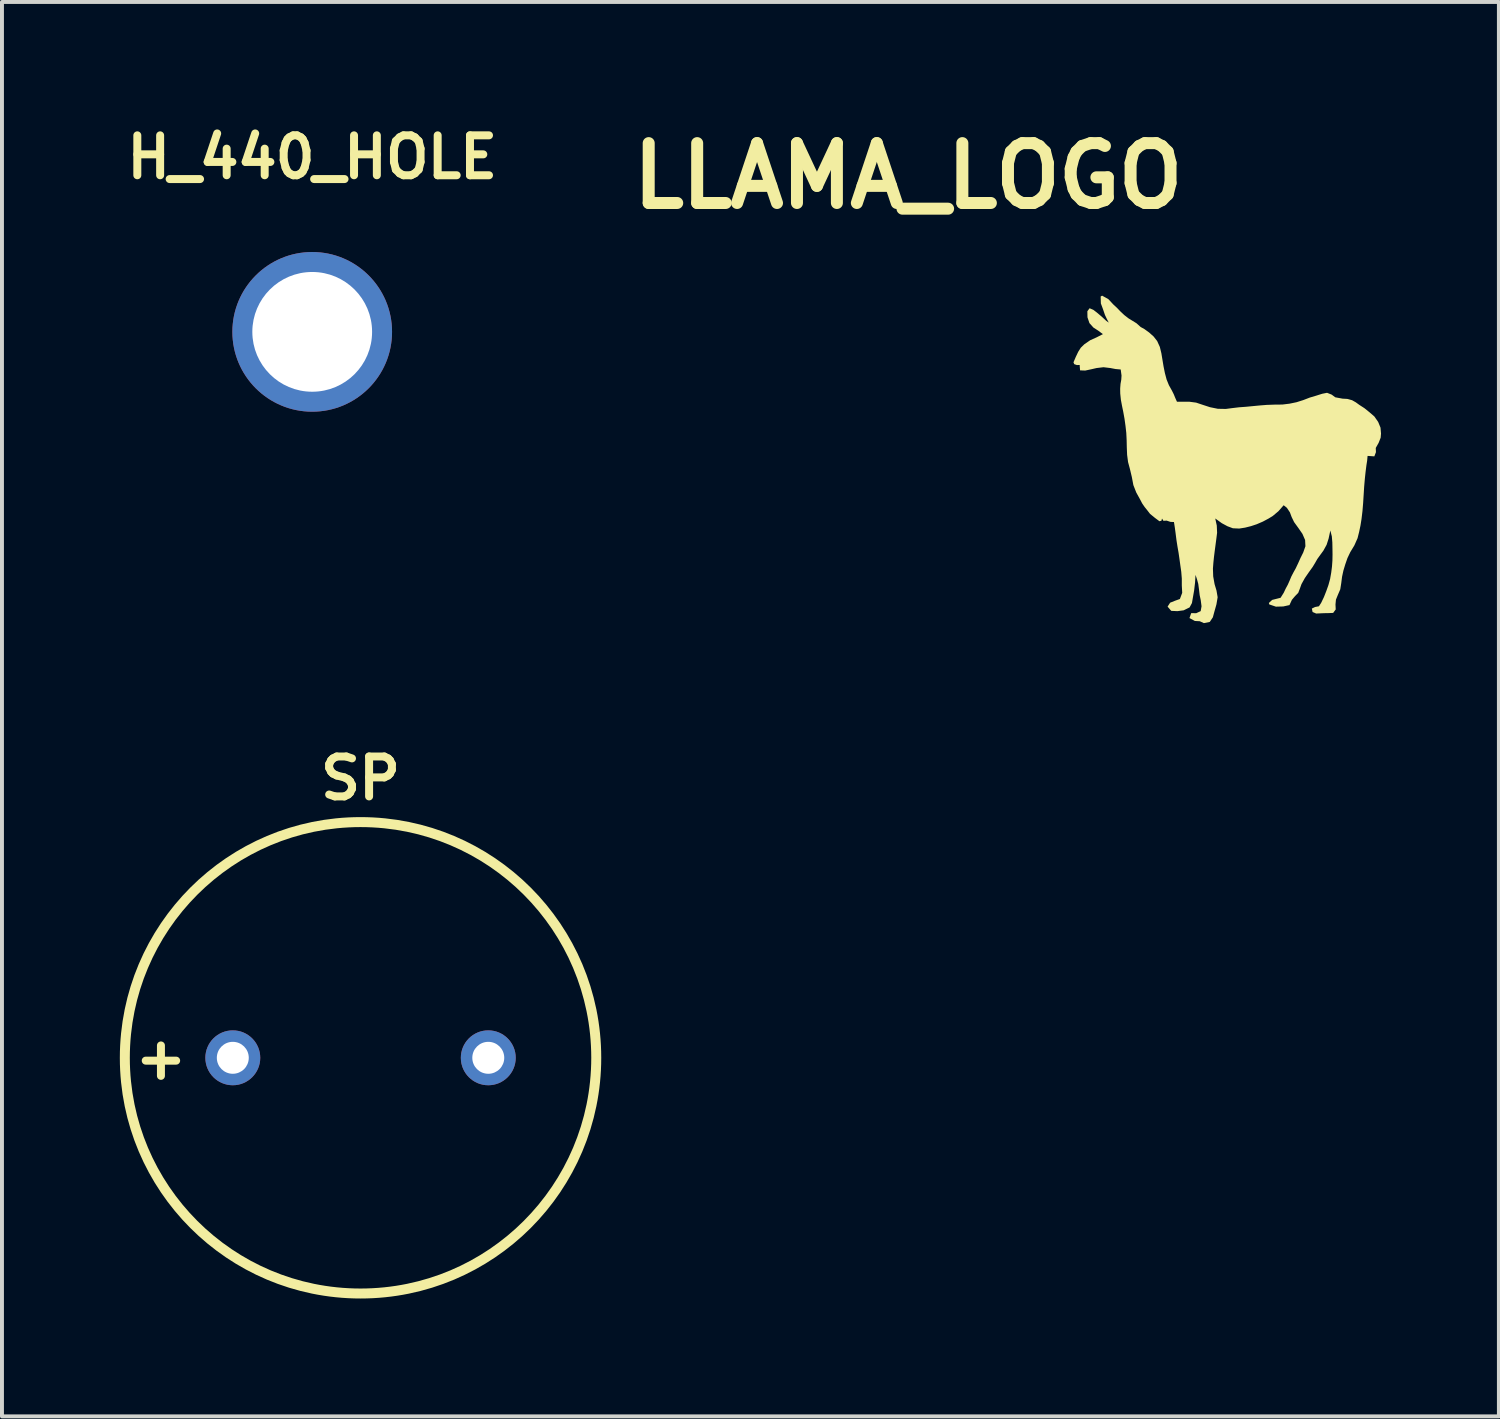
<source format=kicad_pcb>
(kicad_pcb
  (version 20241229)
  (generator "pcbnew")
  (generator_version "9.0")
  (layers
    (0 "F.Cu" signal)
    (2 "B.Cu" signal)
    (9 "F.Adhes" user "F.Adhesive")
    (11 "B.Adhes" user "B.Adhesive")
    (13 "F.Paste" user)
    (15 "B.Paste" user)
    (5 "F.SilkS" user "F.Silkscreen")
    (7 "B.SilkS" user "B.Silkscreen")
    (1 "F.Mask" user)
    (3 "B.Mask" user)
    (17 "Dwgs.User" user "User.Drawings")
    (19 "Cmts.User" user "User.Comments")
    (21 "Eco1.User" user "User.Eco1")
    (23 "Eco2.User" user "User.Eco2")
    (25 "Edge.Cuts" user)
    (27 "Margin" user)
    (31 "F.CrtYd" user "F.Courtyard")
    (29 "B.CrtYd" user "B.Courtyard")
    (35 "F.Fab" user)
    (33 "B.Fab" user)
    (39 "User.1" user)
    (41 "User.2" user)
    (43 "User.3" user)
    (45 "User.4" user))
  (footprint "LLAMA_LOGO"
    (layer "F.Cu")
    (at 20.064 2.475)
    (property "Reference" "LLAMA_LOGO" (at 0 -1.048 0) (layer "F.SilkS") (effects (font (size 1.524 1.524) (thickness 0.305))))
    (attr exclude_from_pos_files exclude_from_bom)
    (fp_poly (pts (xy 12.034 5.51) (xy 12.021 5.359) (xy 11.961 5.213) (xy 11.864 5.074) (xy 11.734 4.962) (xy 11.611 4.863) (xy 11.481 4.779) (xy 11.393 4.715) (xy 11.298 4.661) (xy 11.18 4.628) (xy 11.055 4.621) (xy 10.871 4.587) (xy 10.777 4.518) (xy 10.66 4.472) (xy 10.536 4.497) (xy 10.378 4.547) (xy 10.22 4.594) (xy 10.054 4.658) (xy 9.883 4.712) (xy 9.705 4.749) (xy 9.523 4.771) (xy 9.325 4.773) (xy 9.126 4.78) (xy 8.949 4.794) (xy 8.772 4.811) (xy 8.595 4.828) (xy 8.419 4.841) (xy 8.251 4.861) (xy 8.083 4.883) (xy 7.881 4.879) (xy 7.683 4.839) (xy 7.505 4.781) (xy 7.328 4.722) (xy 7.153 4.699) (xy 6.976 4.699) (xy 6.841 4.7) (xy 6.799 4.607) (xy 6.759 4.509) (xy 6.712 4.415) (xy 6.636 4.279) (xy 6.577 4.134) (xy 6.533 3.968) (xy 6.499 3.799) (xy 6.471 3.63) (xy 6.444 3.467) (xy 6.405 3.305) (xy 6.337 3.155) (xy 6.246 3.039) (xy 6.133 2.938) (xy 6.013 2.851) (xy 5.916 2.797) (xy 5.81 2.702) (xy 5.711 2.641) (xy 5.611 2.58) (xy 5.5 2.494) (xy 5.398 2.398) (xy 5.313 2.309) (xy 5.223 2.226) (xy 5.094 2.088) (xy 4.936 2) (xy 4.899 2.021) (xy 4.904 2.198) (xy 4.958 2.344) (xy 5.008 2.491) (xy 5.055 2.59) (xy 5.105 2.686) (xy 5.041 2.641) (xy 4.922 2.531) (xy 4.799 2.427) (xy 4.713 2.361) (xy 4.617 2.32) (xy 4.56 2.397) (xy 4.563 2.551) (xy 4.613 2.698) (xy 4.714 2.811) (xy 4.839 2.892) (xy 4.956 2.979) (xy 4.795 3.061) (xy 4.631 3.135) (xy 4.482 3.238) (xy 4.393 3.325) (xy 4.327 3.429) (xy 4.264 3.562) (xy 4.207 3.696) (xy 4.226 3.743) (xy 4.294 3.766) (xy 4.357 3.764) (xy 4.368 3.768) (xy 4.365 3.784) (xy 4.375 3.901) (xy 4.506 3.906) (xy 4.651 3.875) (xy 4.795 3.842) (xy 4.971 3.821) (xy 5.146 3.842) (xy 5.277 3.867) (xy 5.409 3.879) (xy 5.43 4.034) (xy 5.423 4.14) (xy 5.404 4.246) (xy 5.395 4.368) (xy 5.397 4.49) (xy 5.413 4.648) (xy 5.442 4.803) (xy 5.474 4.958) (xy 5.506 5.136) (xy 5.531 5.315) (xy 5.551 5.494) (xy 5.56 5.678) (xy 5.564 5.865) (xy 5.572 6.052) (xy 5.596 6.235) (xy 5.644 6.413) (xy 5.692 6.615) (xy 5.731 6.821) (xy 5.805 7.01) (xy 5.903 7.187) (xy 5.955 7.287) (xy 6.018 7.379) (xy 6.089 7.467) (xy 6.156 7.554) (xy 6.281 7.656) (xy 6.395 7.741) (xy 6.446 7.727) (xy 6.46 7.672) (xy 6.496 7.73) (xy 6.578 7.725) (xy 6.674 7.757) (xy 6.754 7.761) (xy 6.764 7.76) (xy 6.787 7.907) (xy 6.807 8.055) (xy 6.828 8.221) (xy 6.854 8.387) (xy 6.882 8.547) (xy 6.905 8.707) (xy 6.927 8.867) (xy 6.95 9.027) (xy 6.964 9.201) (xy 6.964 9.376) (xy 6.974 9.563) (xy 6.915 9.72) (xy 6.795 9.763) (xy 6.667 9.814) (xy 6.602 9.914) (xy 6.695 10.022) (xy 6.853 10.029) (xy 7.011 10.008) (xy 7.162 9.934) (xy 7.222 9.823) (xy 7.244 9.694) (xy 7.278 9.499) (xy 7.301 9.303) (xy 7.313 9.106) (xy 7.351 9.22) (xy 7.383 9.337) (xy 7.402 9.48) (xy 7.419 9.624) (xy 7.446 9.752) (xy 7.466 9.905) (xy 7.444 10.029) (xy 7.331 10.081) (xy 7.203 10.08) (xy 7.159 10.205) (xy 7.296 10.279) (xy 7.421 10.286) (xy 7.526 10.334) (xy 7.676 10.303) (xy 7.754 10.186) (xy 7.795 10.035) (xy 7.845 9.857) (xy 7.876 9.675) (xy 7.847 9.506) (xy 7.798 9.342) (xy 7.763 9.146) (xy 7.756 8.948) (xy 7.767 8.802) (xy 7.782 8.656) (xy 7.8 8.511) (xy 7.821 8.352) (xy 7.842 8.193) (xy 7.862 8.035) (xy 7.854 7.851) (xy 7.815 7.67) (xy 7.981 7.79) (xy 8.125 7.868) (xy 8.264 7.92) (xy 8.427 7.927) (xy 8.577 7.903) (xy 8.724 7.866) (xy 8.869 7.818) (xy 9.027 7.75) (xy 9.173 7.672) (xy 9.28 7.606) (xy 9.424 7.485) (xy 9.556 7.334) (xy 9.638 7.399) (xy 9.715 7.515) (xy 9.76 7.635) (xy 9.822 7.763) (xy 9.93 7.912) (xy 10.034 8.062) (xy 10.102 8.219) (xy 10.11 8.377) (xy 10.054 8.537) (xy 9.987 8.671) (xy 9.926 8.807) (xy 9.862 8.942) (xy 9.805 9.044) (xy 9.751 9.148) (xy 9.707 9.254) (xy 9.661 9.357) (xy 9.607 9.457) (xy 9.558 9.561) (xy 9.478 9.689) (xy 9.383 9.713) (xy 9.264 9.743) (xy 9.18 9.821) (xy 9.19 9.858) (xy 9.359 9.915) (xy 9.545 9.91) (xy 9.704 9.875) (xy 9.766 9.741) (xy 9.843 9.65) (xy 9.928 9.562) (xy 9.97 9.452) (xy 10.01 9.341) (xy 10.095 9.188) (xy 10.193 9.045) (xy 10.295 8.903) (xy 10.355 8.804) (xy 10.413 8.702) (xy 10.489 8.596) (xy 10.567 8.49) (xy 10.649 8.341) (xy 10.7 8.183) (xy 10.736 8.015) (xy 10.744 7.976) (xy 10.782 8.125) (xy 10.795 8.28) (xy 10.798 8.434) (xy 10.8 8.588) (xy 10.797 8.743) (xy 10.786 8.896) (xy 10.766 9.052) (xy 10.738 9.211) (xy 10.696 9.364) (xy 10.641 9.519) (xy 10.581 9.671) (xy 10.51 9.819) (xy 10.454 9.905) (xy 10.355 9.924) (xy 10.274 9.963) (xy 10.292 10.051) (xy 10.384 10.09) (xy 10.577 10.081) (xy 10.697 10.079) (xy 10.816 10.074) (xy 10.881 9.986) (xy 10.875 9.859) (xy 10.887 9.736) (xy 10.933 9.622) (xy 10.997 9.473) (xy 11.022 9.315) (xy 11.042 9.156) (xy 11.076 8.999) (xy 11.124 8.839) (xy 11.18 8.678) (xy 11.252 8.527) (xy 11.356 8.355) (xy 11.437 8.172) (xy 11.477 8.012) (xy 11.511 7.851) (xy 11.537 7.689) (xy 11.562 7.482) (xy 11.579 7.275) (xy 11.592 7.068) (xy 11.605 6.861) (xy 11.623 6.654) (xy 11.641 6.486) (xy 11.662 6.319) (xy 11.681 6.199) (xy 11.692 6.078) (xy 11.864 6.09) (xy 11.905 5.983) (xy 11.9 5.876) (xy 11.974 5.744) (xy 12.025 5.615) (xy 12.034 5.51)) (stroke (width 0) (type solid)) (fill yes) (layer "F.SilkS")))
  (footprint "SP"
    (layer "F.Cu")
    (at 6.126 23.872)
    (property "Reference" "SP" (at 0 -7.112 0) (layer "F.SilkS") (effects (font (size 1.016 1.016) (thickness 0.203))))
    (property "Value" "${VALUE}" (at 0 7.112 0) (layer "F.SilkS") (hide yes) (effects (font (size 1.016 0.914) (thickness 0.203) (italic yes))))
    (attr through_hole)
    (fp_circle (center 0 0) (end 0 -5.999) (stroke (width 0.254) (type solid)) (fill no) (layer "F.SilkS"))
    (fp_text user "+" (at -5.08 0 0) (layer "F.SilkS") (effects (font (size 1.016 1.016) (thickness 0.203))))
    (pad "1" thru_hole circle (at -3.251 0) (size 1.397 1.397) (drill 0.813) (layers "*.Cu" "*.Mask"))
    (pad "2" thru_hole circle (at 3.251 0) (size 1.397 1.397) (drill 0.813) (layers "*.Cu" "*.Mask")))
  (footprint "H_440_HOLE"
    (layer "F.Cu")
    (at 4.896 5.396)
    (property "Reference" "H_440_HOLE" (at 0 -4.445 0) (layer "F.SilkS") (effects (font (size 1.016 1.016) (thickness 0.203))))
    (attr exclude_from_pos_files exclude_from_bom)
    (pad "1" thru_hole circle (at 0 0) (size 4.064 4.064) (drill 3.048) (layers "*.Cu" "*.Mask")))
  (gr_rect
    (start -3 -3)
    (end 35.098 32.998)
    (stroke (width 0.1) (type default))
    (fill no)
    (layer "Edge.Cuts")))
</source>
